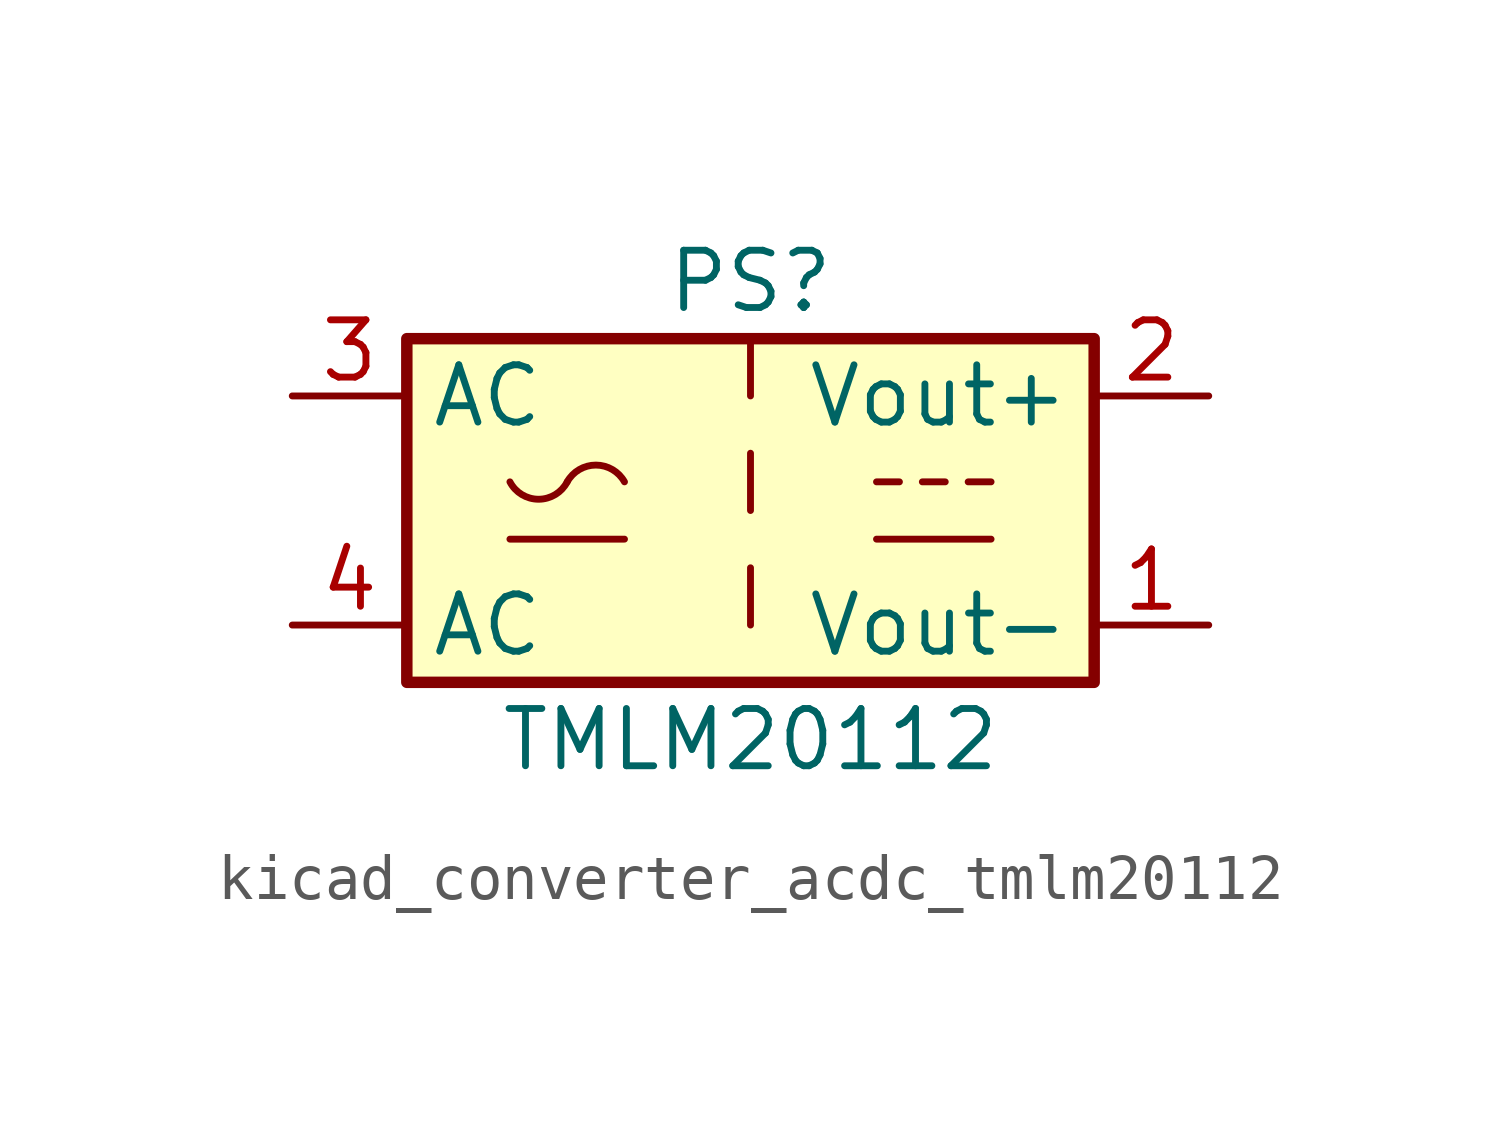
<source format=kicad_sym>
(kicad_symbol_lib
  (version 20220914)
  (generator kicad_symbol_editor)
  (symbol "kicad_converter_acdc_tmlm20112"
    (property "Reference" "PS"
      (at 0 5.08 0)
      (effects (font (size 1.27 1.27))))
    (property "Value" "TMLM20112"
      (at 0 -5.08 0)
      (effects (font (size 1.27 1.27))))
    (symbol "kicad_converter_acdc_tmlm20112_0_1"
      (rectangle (start -7.62 3.81) (end 7.62 -3.81) (stroke (width 0.254) (type default)) (fill (type background)))
      (arc (start -5.334 0.635) (mid -4.699 0.2495) (end -4.064 0.635) (stroke (width 0) (type default)) (fill (type none)))
      (arc (start -2.794 0.635) (mid -3.429 1.0072) (end -4.064 0.635) (stroke (width 0) (type default)) (fill (type none)))
      (polyline (pts (xy -5.334 -0.635) (xy -2.794 -0.635)) (stroke (width 0) (type default)) (fill (type none)))
      (polyline (pts (xy 2.794 -0.635) (xy 5.334 -0.635)) (stroke (width 0) (type default)) (fill (type none)))
      (polyline (pts (xy 2.794 0.635) (xy 3.302 0.635)) (stroke (width 0) (type default)) (fill (type none)))
      (polyline (pts (xy 3.81 0.635) (xy 4.318 0.635)) (stroke (width 0) (type default)) (fill (type none)))
      (polyline (pts (xy 4.826 0.635) (xy 5.334 0.635)) (stroke (width 0) (type default)) (fill (type none))))
    (symbol "kicad_converter_acdc_tmlm20112_1_1"
      (polyline (pts (xy 0 -1.27) (xy 0 -2.54)) (stroke (width 0) (type default)) (fill (type none)))
      (polyline (pts (xy 0 1.27) (xy 0 0)) (stroke (width 0) (type default)) (fill (type none)))
      (polyline (pts (xy 0 3.81) (xy 0 2.54)) (stroke (width 0) (type default)) (fill (type none)))
      (pin power_out line (at 10.16 -2.54 180) (length 2.54) (name "Vout-" (effects (font (size 1.27 1.27)))) (number "1" (effects (font (size 1.27 1.27)))))
      (pin power_out line (at 10.16 2.54 180) (length 2.54) (name "Vout+" (effects (font (size 1.27 1.27)))) (number "2" (effects (font (size 1.27 1.27)))))
      (pin power_in line (at -10.16 2.54 0) (length 2.54) (name "AC" (effects (font (size 1.27 1.27)))) (number "3" (effects (font (size 1.27 1.27)))))
      (pin power_in line (at -10.16 -2.54 0) (length 2.54) (name "AC" (effects (font (size 1.27 1.27)))) (number "4" (effects (font (size 1.27 1.27))))))))
</source>
